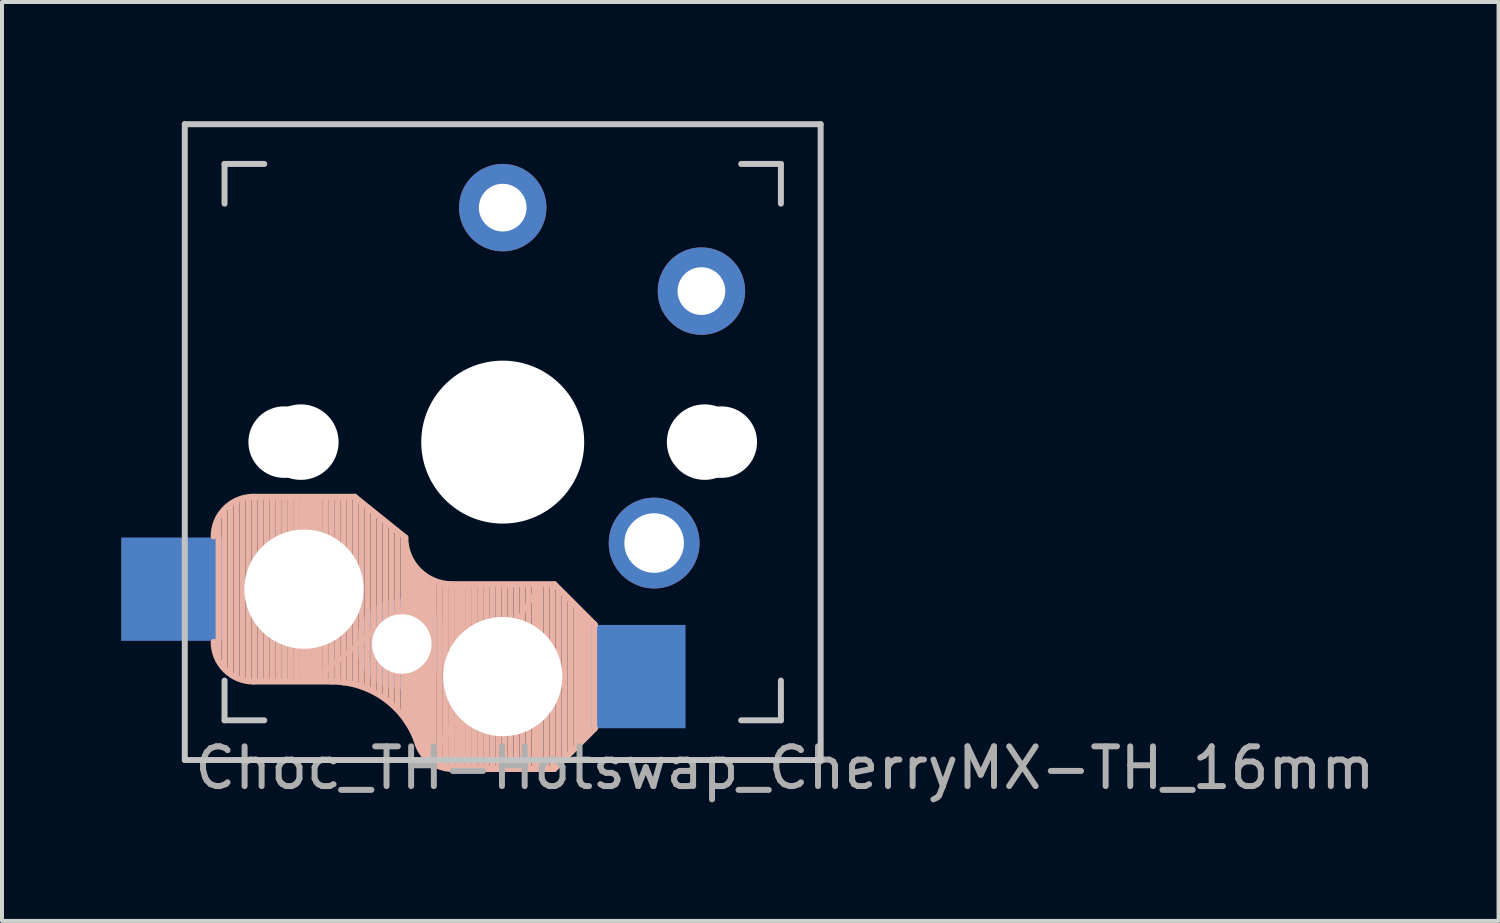
<source format=kicad_pcb>
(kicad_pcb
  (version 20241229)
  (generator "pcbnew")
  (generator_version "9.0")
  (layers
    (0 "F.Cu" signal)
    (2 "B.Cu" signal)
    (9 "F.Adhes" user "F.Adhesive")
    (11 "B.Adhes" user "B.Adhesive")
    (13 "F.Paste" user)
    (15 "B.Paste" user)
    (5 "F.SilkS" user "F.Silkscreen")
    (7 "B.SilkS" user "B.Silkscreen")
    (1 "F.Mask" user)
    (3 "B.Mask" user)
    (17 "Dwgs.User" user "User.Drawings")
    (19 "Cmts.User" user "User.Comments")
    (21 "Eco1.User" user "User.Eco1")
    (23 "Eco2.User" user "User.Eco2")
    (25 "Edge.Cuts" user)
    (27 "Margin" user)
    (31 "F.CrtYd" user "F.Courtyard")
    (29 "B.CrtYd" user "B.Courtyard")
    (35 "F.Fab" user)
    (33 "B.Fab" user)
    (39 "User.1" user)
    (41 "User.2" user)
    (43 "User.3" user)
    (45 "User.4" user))
  (footprint "Choc_TH-Hotswap_CherryMX-TH_16mm"
    (layer "F.Cu")
    (at 9.6 8.075)
    (property "Reference" "Choc_TH-Hotswap_CherryMX-TH_16mm" (at 7.1 8.2 0) (layer "F.Fab") (effects (font (size 1 1) (thickness 0.15))))
    (attr through_hole)
    (fp_line (start -7.15 5.5) (end -7.15 1.9) (stroke (width 0.15) (type solid)) (layer "B.SilkS"))
    (fp_line (start -7 5.7) (end -7 1.7) (stroke (width 0.15) (type solid)) (layer "B.SilkS"))
    (fp_line (start -6.85 5.8) (end -6.85 1.6) (stroke (width 0.15) (type solid)) (layer "B.SilkS"))
    (fp_line (start -6.7 5.9) (end -6.7 1.5) (stroke (width 0.15) (type solid)) (layer "B.SilkS"))
    (fp_line (start -6.55 5.95) (end -6.55 1.45) (stroke (width 0.15) (type solid)) (layer "B.SilkS"))
    (fp_line (start -6.4 6) (end -6.4 1.45) (stroke (width 0.15) (type solid)) (layer "B.SilkS"))
    (fp_line (start -6.25 6) (end -6.25 1.4) (stroke (width 0.15) (type solid)) (layer "B.SilkS"))
    (fp_line (start -6.1 6) (end -6.1 1.4) (stroke (width 0.15) (type solid)) (layer "B.SilkS"))
    (fp_line (start -5.95 6) (end -5.95 1.4) (stroke (width 0.15) (type solid)) (layer "B.SilkS"))
    (fp_line (start -5.8 6) (end -5.8 1.4) (stroke (width 0.15) (type solid)) (layer "B.SilkS"))
    (fp_line (start -5.65 6) (end -5.65 1.4) (stroke (width 0.15) (type solid)) (layer "B.SilkS"))
    (fp_line (start -5.5 6) (end -5.5 1.4) (stroke (width 0.15) (type solid)) (layer "B.SilkS"))
    (fp_line (start -5.35 6) (end -5.35 1.4) (stroke (width 0.15) (type solid)) (layer "B.SilkS"))
    (fp_line (start -5.2 6) (end -5.2 1.4) (stroke (width 0.15) (type solid)) (layer "B.SilkS"))
    (fp_line (start -5.05 6) (end -5.05 1.4) (stroke (width 0.15) (type solid)) (layer "B.SilkS"))
    (fp_line (start -4.9 6) (end -4.9 1.4) (stroke (width 0.15) (type solid)) (layer "B.SilkS"))
    (fp_line (start -4.75 6) (end -4.75 1.4) (stroke (width 0.15) (type solid)) (layer "B.SilkS"))
    (fp_line (start -4.65 5.9) (end -4.65 1.4) (stroke (width 0.12) (type solid)) (layer "B.SilkS"))
    (fp_line (start -4.6 6) (end -4.6 1.4) (stroke (width 0.15) (type solid)) (layer "B.SilkS"))
    (fp_line (start -4.45 6) (end -4.45 1.4) (stroke (width 0.15) (type solid)) (layer "B.SilkS"))
    (fp_line (start -4.3 6) (end -4.3 1.4) (stroke (width 0.15) (type solid)) (layer "B.SilkS"))
    (fp_line (start -4.3 6.025) (end -6.275 6.025) (stroke (width 0.15) (type solid)) (layer "B.SilkS"))
    (fp_line (start -4.15 6) (end -4.15 1.45) (stroke (width 0.15) (type solid)) (layer "B.SilkS"))
    (fp_line (start -4 6.05) (end -4 1.4) (stroke (width 0.15) (type solid)) (layer "B.SilkS"))
    (fp_line (start -3.85 6.05) (end -3.85 1.4) (stroke (width 0.15) (type solid)) (layer "B.SilkS"))
    (fp_line (start -3.725 1.375) (end -6.275 1.375) (stroke (width 0.15) (type solid)) (layer "B.SilkS"))
    (fp_line (start -3.725 1.375) (end -2.45 2.4) (stroke (width 0.15) (type solid)) (layer "B.SilkS"))
    (fp_line (start -3.7 6.05) (end -3.7 1.45) (stroke (width 0.15) (type solid)) (layer "B.SilkS"))
    (fp_line (start -3.55 6.1) (end -3.55 1.55) (stroke (width 0.15) (type solid)) (layer "B.SilkS"))
    (fp_line (start -3.4 6.2) (end -3.4 1.65) (stroke (width 0.15) (type solid)) (layer "B.SilkS"))
    (fp_line (start -3.25 6.25) (end -3.25 1.8) (stroke (width 0.15) (type solid)) (layer "B.SilkS"))
    (fp_line (start -3.1 6.35) (end -3.1 1.9) (stroke (width 0.15) (type solid)) (layer "B.SilkS"))
    (fp_line (start -2.95 6.45) (end -2.95 2.05) (stroke (width 0.15) (type solid)) (layer "B.SilkS"))
    (fp_line (start -2.8 6.55) (end -2.8 2.15) (stroke (width 0.15) (type solid)) (layer "B.SilkS"))
    (fp_line (start -2.65 6.7) (end -2.65 2.25) (stroke (width 0.15) (type solid)) (layer "B.SilkS"))
    (fp_line (start -2.5 6.85) (end -2.5 2.4) (stroke (width 0.15) (type solid)) (layer "B.SilkS"))
    (fp_line (start -2.4 7.05) (end -2.4 2.9) (stroke (width 0.15) (type solid)) (layer "B.SilkS"))
    (fp_line (start -2.3 7.2) (end -2.3 3.05) (stroke (width 0.15) (type solid)) (layer "B.SilkS"))
    (fp_line (start -2.2 7.4) (end -2.2 3.25) (stroke (width 0.15) (type solid)) (layer "B.SilkS"))
    (fp_line (start -2.1 7.55) (end -2.1 3.35) (stroke (width 0.15) (type solid)) (layer "B.SilkS"))
    (fp_line (start -2 7.8) (end -2 3.4) (stroke (width 0.15) (type solid)) (layer "B.SilkS"))
    (fp_line (start -1.9 7.95) (end -1.9 3.45) (stroke (width 0.15) (type solid)) (layer "B.SilkS"))
    (fp_line (start -1.8 3.6) (end -4.65 5.9) (stroke (width 0.12) (type solid)) (layer "B.SilkS"))
    (fp_line (start -1.8 7.95) (end -1.8 3.6) (stroke (width 0.12) (type solid)) (layer "B.SilkS"))
    (fp_line (start -1.75 8.05) (end -1.75 3.5) (stroke (width 0.15) (type solid)) (layer "B.SilkS"))
    (fp_line (start -1.6 8.15) (end -1.6 3.6) (stroke (width 0.15) (type solid)) (layer "B.SilkS"))
    (fp_line (start -1.45 8.2) (end -1.45 3.6) (stroke (width 0.15) (type solid)) (layer "B.SilkS"))
    (fp_line (start -1.3 8.2) (end -1.3 3.6) (stroke (width 0.15) (type solid)) (layer "B.SilkS"))
    (fp_line (start -1.15 8.2) (end -1.15 3.65) (stroke (width 0.15) (type solid)) (layer "B.SilkS"))
    (fp_line (start -1 8.2) (end -1 3.6) (stroke (width 0.15) (type solid)) (layer "B.SilkS"))
    (fp_line (start -0.85 8.2) (end -0.85 3.6) (stroke (width 0.15) (type solid)) (layer "B.SilkS"))
    (fp_line (start -0.7 8.2) (end -0.7 3.6) (stroke (width 0.15) (type solid)) (layer "B.SilkS"))
    (fp_line (start -0.55 8.2) (end -0.55 3.6) (stroke (width 0.15) (type solid)) (layer "B.SilkS"))
    (fp_line (start -0.4 8.2) (end -0.4 3.6) (stroke (width 0.15) (type solid)) (layer "B.SilkS"))
    (fp_line (start -0.25 8.2) (end -0.25 3.6) (stroke (width 0.15) (type solid)) (layer "B.SilkS"))
    (fp_line (start -0.1 8.2) (end -0.1 3.6) (stroke (width 0.15) (type solid)) (layer "B.SilkS"))
    (fp_line (start 0.05 8.2) (end 0.05 3.6) (stroke (width 0.15) (type solid)) (layer "B.SilkS"))
    (fp_line (start 0.2 8.2) (end 0.2 3.6) (stroke (width 0.15) (type solid)) (layer "B.SilkS"))
    (fp_line (start 0.35 8.2) (end 0.35 3.6) (stroke (width 0.15) (type solid)) (layer "B.SilkS"))
    (fp_line (start 0.5 8.2) (end 0.5 3.6) (stroke (width 0.15) (type solid)) (layer "B.SilkS"))
    (fp_line (start 0.65 8.2) (end 0.65 3.6) (stroke (width 0.15) (type solid)) (layer "B.SilkS"))
    (fp_line (start 0.8 8.2) (end 0.8 3.6) (stroke (width 0.15) (type solid)) (layer "B.SilkS"))
    (fp_line (start 0.9 3.65) (end -1.8 7.95) (stroke (width 0.12) (type solid)) (layer "B.SilkS"))
    (fp_line (start 0.9 8.1) (end 0.9 3.65) (stroke (width 0.12) (type solid)) (layer "B.SilkS"))
    (fp_line (start 0.95 8.2) (end 0.95 3.6) (stroke (width 0.15) (type solid)) (layer "B.SilkS"))
    (fp_line (start 1.1 8.2) (end 1.1 3.6) (stroke (width 0.15) (type solid)) (layer "B.SilkS"))
    (fp_line (start 1.25 8.2) (end 1.25 3.6) (stroke (width 0.15) (type solid)) (layer "B.SilkS"))
    (fp_line (start 1.3 3.575) (end -1.275 3.575) (stroke (width 0.15) (type solid)) (layer "B.SilkS"))
    (fp_line (start 1.3 3.575) (end 2.325 4.6) (stroke (width 0.15) (type solid)) (layer "B.SilkS"))
    (fp_line (start 1.3 8.225) (end -1.3 8.225) (stroke (width 0.15) (type solid)) (layer "B.SilkS"))
    (fp_line (start 1.3 8.225) (end 2.325 7.2) (stroke (width 0.15) (type solid)) (layer "B.SilkS"))
    (fp_line (start 1.4 8.1) (end 1.4 3.7) (stroke (width 0.15) (type solid)) (layer "B.SilkS"))
    (fp_line (start 1.55 7.95) (end 1.55 3.85) (stroke (width 0.15) (type solid)) (layer "B.SilkS"))
    (fp_line (start 1.7 7.8) (end 1.7 4) (stroke (width 0.15) (type solid)) (layer "B.SilkS"))
    (fp_line (start 1.85 7.65) (end 1.85 4.15) (stroke (width 0.15) (type solid)) (layer "B.SilkS"))
    (fp_line (start 1.95 7.55) (end 1.95 4.25) (stroke (width 0.15) (type solid)) (layer "B.SilkS"))
    (fp_line (start 2.05 7.45) (end 2.05 4.35) (stroke (width 0.15) (type solid)) (layer "B.SilkS"))
    (fp_line (start 2.15 7.35) (end 2.15 4.45) (stroke (width 0.15) (type solid)) (layer "B.SilkS"))
    (fp_line (start 2.3 4.575) (end 2.3 7.225) (stroke (width 0.15) (type solid)) (layer "B.SilkS"))
    (fp_arc (start -7.275 2.375) (mid -6.982107 1.667893) (end -6.275 1.375) (stroke (width 0.15) (type solid)) (layer "B.SilkS"))
    (fp_arc (start -6.275 6.025) (mid -6.982107 5.732107) (end -7.275 5.025) (stroke (width 0.15) (type solid)) (layer "B.SilkS"))
    (fp_arc (start -4.3 6.025) (mid -2.995114 6.436429) (end -2.162199 7.521904) (stroke (width 0.15) (type solid)) (layer "B.SilkS"))
    (fp_arc (start -1.300995 8.223791) (mid -1.848284 8.016021) (end -2.162199 7.521904) (stroke (width 0.15) (type solid)) (layer "B.SilkS"))
    (fp_arc (start -1.275 3.575) (mid -2.10585 3.23085) (end -2.45 2.4) (stroke (width 0.15) (type solid)) (layer "B.SilkS"))
    (fp_line (start -8 -8) (end 8 -8) (stroke (width 0.15) (type solid)) (layer "Dwgs.User"))
    (fp_line (start -8 8) (end -8 -8) (stroke (width 0.15) (type solid)) (layer "Dwgs.User"))
    (fp_line (start -7 -7) (end -6 -7) (stroke (width 0.15) (type solid)) (layer "Dwgs.User"))
    (fp_line (start -7 -6) (end -7 -7) (stroke (width 0.15) (type solid)) (layer "Dwgs.User"))
    (fp_line (start -7 6) (end -7 7) (stroke (width 0.15) (type solid)) (layer "Dwgs.User"))
    (fp_line (start -7 7) (end -6 7) (stroke (width 0.15) (type solid)) (layer "Dwgs.User"))
    (fp_line (start 6 7) (end 7 7) (stroke (width 0.15) (type solid)) (layer "Dwgs.User"))
    (fp_line (start 7 -7) (end 6 -7) (stroke (width 0.15) (type solid)) (layer "Dwgs.User"))
    (fp_line (start 7 -7) (end 7 -6) (stroke (width 0.15) (type solid)) (layer "Dwgs.User"))
    (fp_line (start 7 7) (end 7 6) (stroke (width 0.15) (type solid)) (layer "Dwgs.User"))
    (fp_line (start 8 -8) (end 8 8) (stroke (width 0.15) (type solid)) (layer "Dwgs.User"))
    (fp_line (start 8 8) (end -8 8) (stroke (width 0.15) (type solid)) (layer "Dwgs.User"))
    (pad "" np_thru_hole circle (at -5.5 0) (size 1.8 1.8) (drill 1.8) (layers "*.Cu" "*.Mask"))
    (pad "" np_thru_hole circle (at -5.22 4.2) (size 1.2 1.2) (drill 1.2) (layers "*.Cu" "*.Mask"))
    (pad "" np_thru_hole circle (at -5.08 0) (size 1.9 1.9) (drill 1.9) (layers "*.Cu" "*.Mask"))
    (pad "" np_thru_hole circle (at -5 3.7 90) (size 3 3) (drill 3) (layers "*.Cu" "*.Mask"))
    (pad "" np_thru_hole circle (at 0 0) (size 3.2 3.2) (drill 3.2) (layers "*.Cu" "*.Mask"))
    (pad "" np_thru_hole circle (at 0 0 90) (size 4.1 4.1) (drill 4.1) (layers "*.Cu" "*.Mask"))
    (pad "" np_thru_hole circle (at 0 5.9 90) (size 3 3) (drill 3) (layers "*.Cu" "*.Mask"))
    (pad "" np_thru_hole circle (at 5.08 0) (size 1.9 1.9) (drill 1.9) (layers "*.Cu" "*.Mask"))
    (pad "" np_thru_hole circle (at 5.5 0) (size 1.8 1.8) (drill 1.8) (layers "*.Cu" "*.Mask"))
    (pad "1" smd rect (at -8.3 3.7 180) (size 2.6 2.6) (layers "B.Cu" "B.Mask" "B.Paste"))
    (pad "1" thru_hole circle (at -2.54 5.08 180) (size 2.286 2.286) (drill 1.499) (layers "*.Cu" "*.Mask"))
    (pad "1" thru_hole circle (at 0 -5.9) (size 2.2 2.2) (drill 1.2) (layers "*.Cu" "B.Mask"))
    (pad "2" smd rect (at 3.3 5.9 180) (size 2.6 2.6) (layers "B.Cu" "B.Mask" "B.Paste"))
    (pad "2" thru_hole circle (at 3.81 2.54 180) (size 2.286 2.286) (drill 1.499) (layers "*.Cu" "*.Mask"))
    (pad "2" thru_hole circle (at 5 -3.8) (size 2.2 2.2) (drill 1.2) (layers "*.Cu" "B.Mask")))
  (gr_rect
    (start -3 -3)
    (end 34.658 20.123)
    (stroke (width 0.1) (type default))
    (fill no)
    (layer "Edge.Cuts")))
</source>
